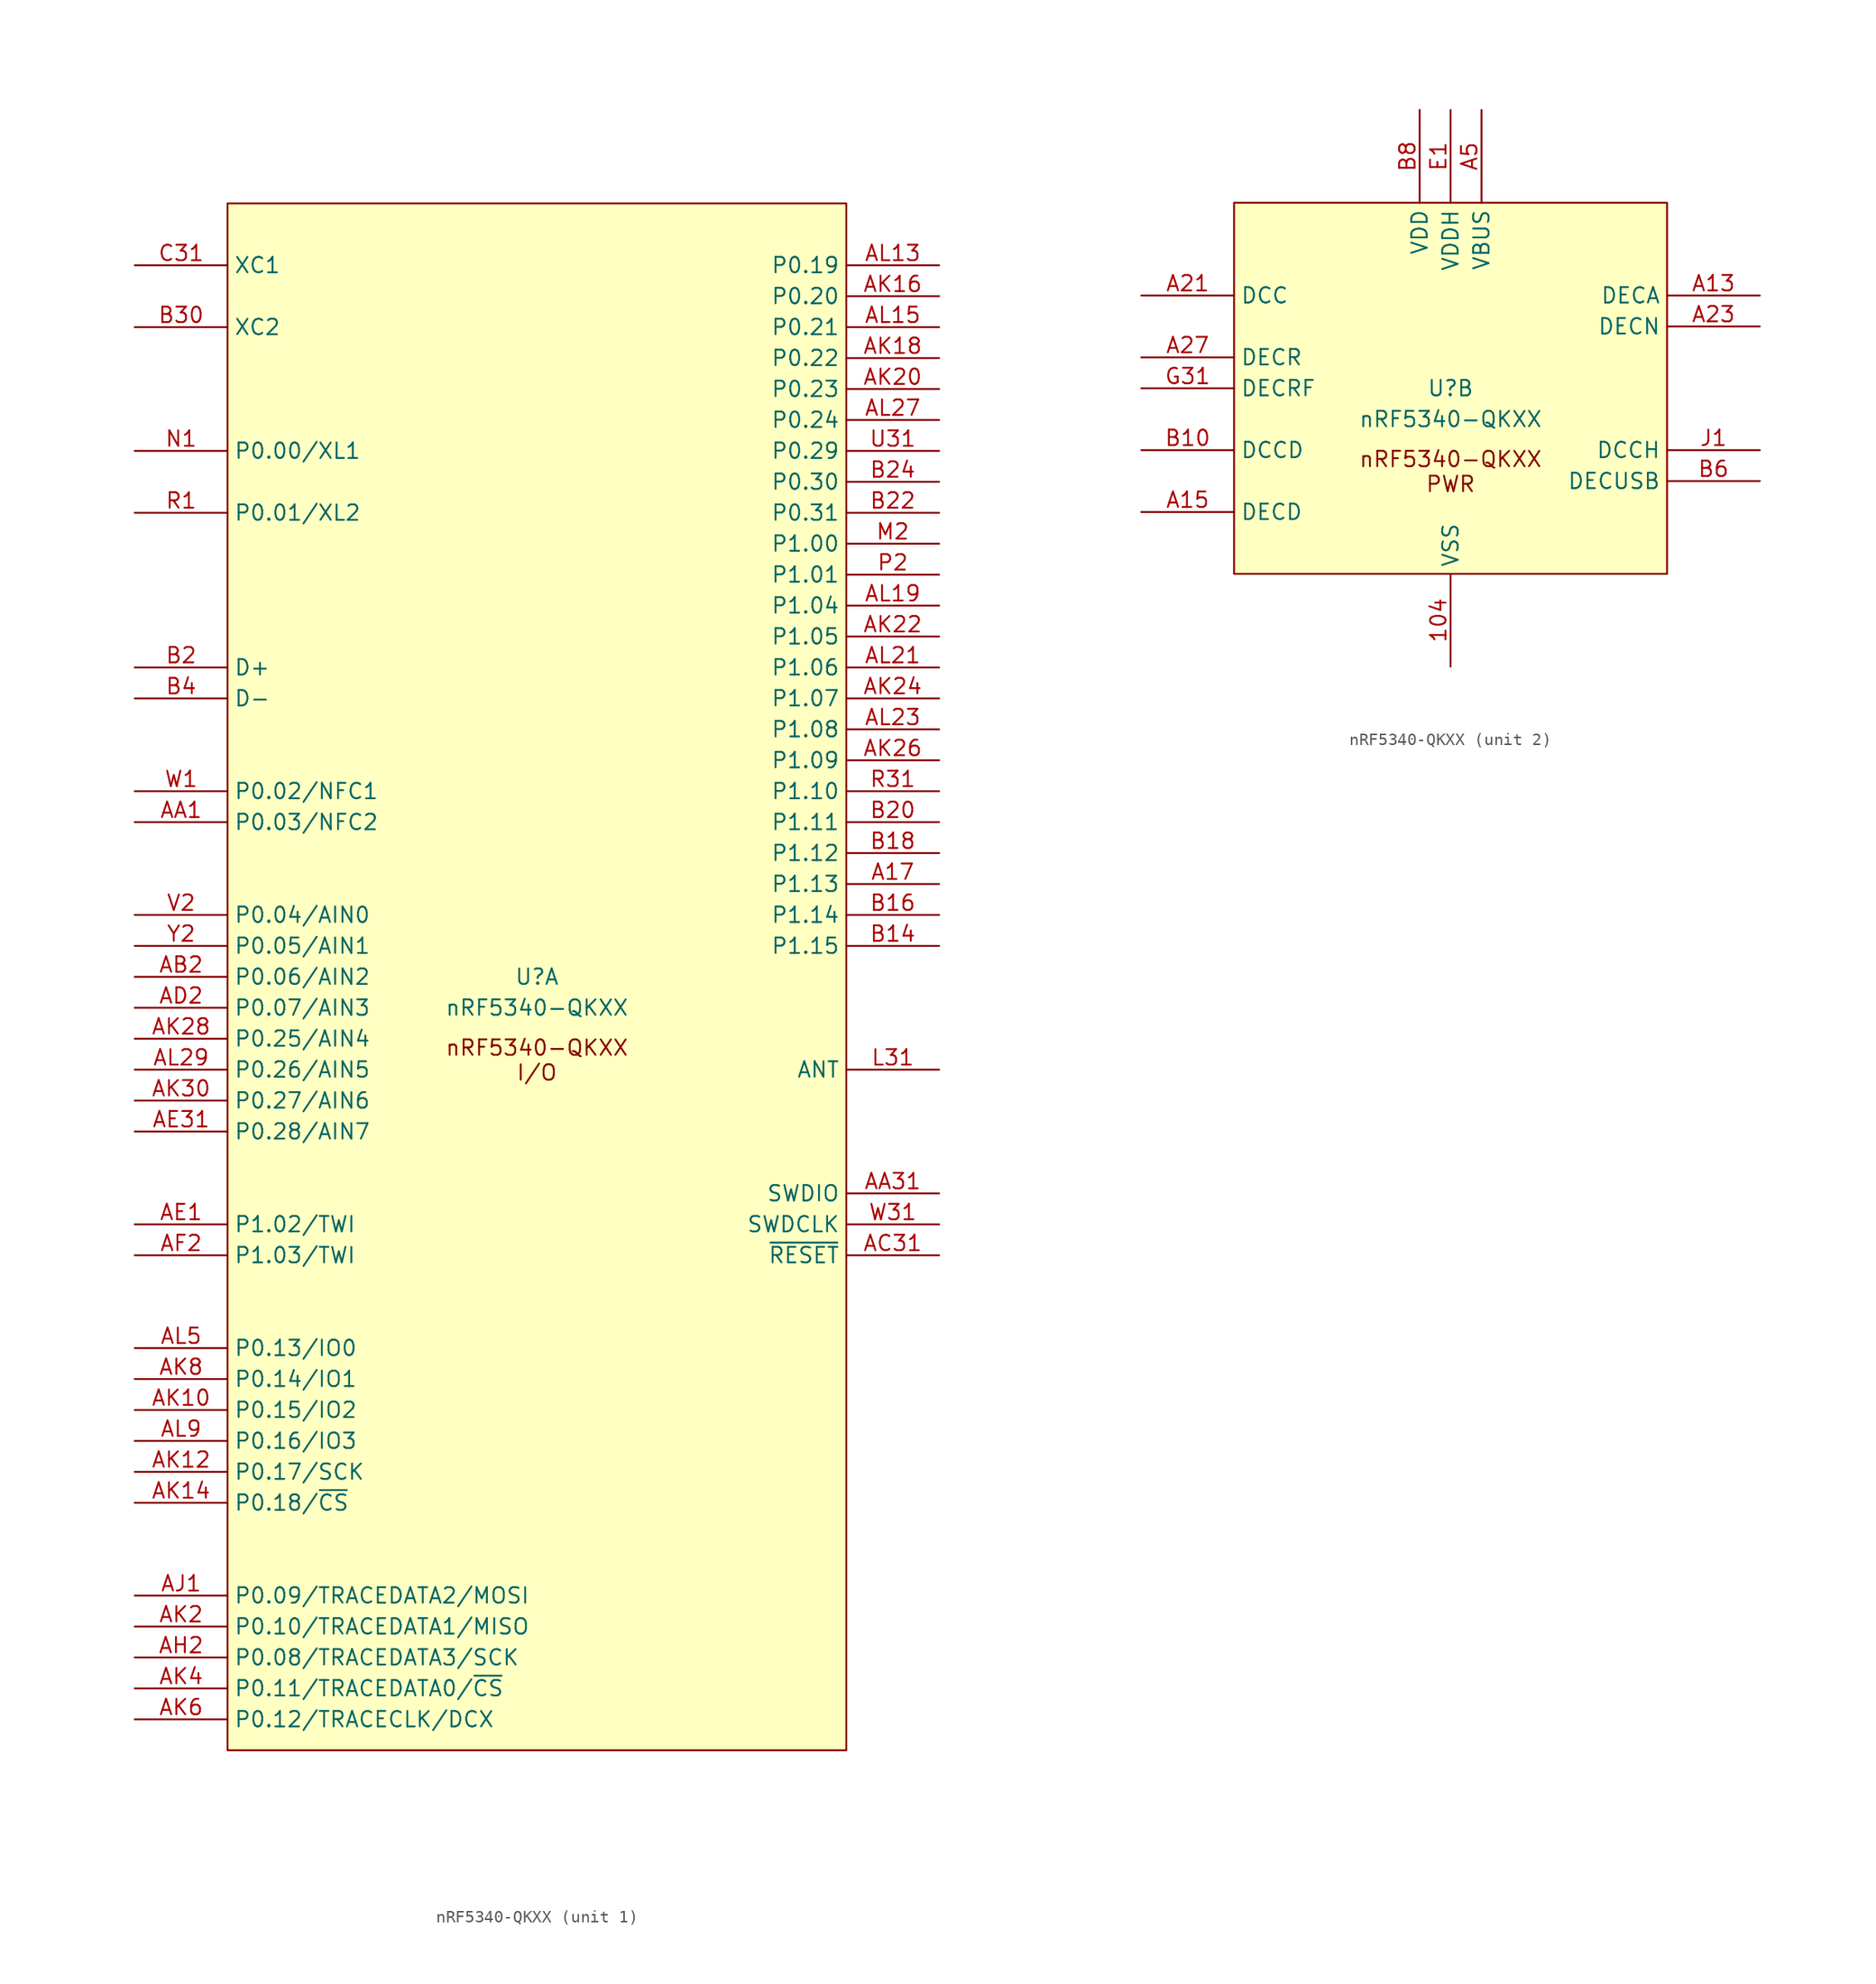
<source format=kicad_sym>
(kicad_symbol_lib
  (version 20231120)
  (generator "kicad_symbol_editor")
  (generator_version "8.0")
  (symbol "nRF5340-QKXX"
    (property "Reference" "U"
      (at 0 0 0)
      (do_not_autoplace)
      (effects (font (size 1.27 1.27))))
    (property "Value" "nRF5340-QKXX"
      (at 0 -2.54 0)
      (do_not_autoplace)
      (effects (font (size 1.27 1.27))))
    (property "ki_locked" ""
      (at 0 0 0)
      (effects (font (size 1.27 1.27))))
    (symbol "nRF5340-QKXX_1_0"
      (pin no_connect line (at -2.54 63.5 270) (length 7.62) hide (name "N.C." (effects (font (size 1.27 1.27)))) (number "A1" (effects (font (size 1.27 1.27)))))
      (pin bidirectional line (at 33.02 7.62 180) (length 7.62) (name "P1.13" (effects (font (size 1.27 1.27)))) (number "A17" (effects (font (size 1.27 1.27)))))
      (pin no_connect line (at 12.7 63.5 270) (length 7.62) hide (name "N.C." (effects (font (size 1.27 1.27)))) (number "A25" (effects (font (size 1.27 1.27)))))
      (pin no_connect line (at -5.08 63.5 270) (length 7.62) hide (name "N.C." (effects (font (size 1.27 1.27)))) (number "A31" (effects (font (size 1.27 1.27)))))
      (pin bidirectional line (at -33.02 12.7 0) (length 7.62) (name "P0.03/NFC2" (effects (font (size 1.27 1.27)))) (number "AA1" (effects (font (size 1.27 1.27)))))
      (pin bidirectional line (at 33.02 -17.78 180) (length 7.62) (name "SWDIO" (effects (font (size 1.27 1.27)))) (number "AA31" (effects (font (size 1.27 1.27)))))
      (pin bidirectional line (at -33.02 0 0) (length 7.62) (name "P0.06/AIN2" (effects (font (size 1.27 1.27)))) (number "AB2" (effects (font (size 1.27 1.27)))))
      (pin input line (at 33.02 -22.86 180) (length 7.62) (name "~{RESET}" (effects (font (size 1.27 1.27)))) (number "AC31" (effects (font (size 1.27 1.27)))))
      (pin bidirectional line (at -33.02 -2.54 0) (length 7.62) (name "P0.07/AIN3" (effects (font (size 1.27 1.27)))) (number "AD2" (effects (font (size 1.27 1.27)))))
      (pin bidirectional line (at -33.02 -20.32 0) (length 7.62) (name "P1.02/TWI" (effects (font (size 1.27 1.27)))) (number "AE1" (effects (font (size 1.27 1.27)))))
      (pin bidirectional line (at -33.02 -12.7 0) (length 7.62) (name "P0.28/AIN7" (effects (font (size 1.27 1.27)))) (number "AE31" (effects (font (size 1.27 1.27)))))
      (pin bidirectional line (at -33.02 -22.86 0) (length 7.62) (name "P1.03/TWI" (effects (font (size 1.27 1.27)))) (number "AF2" (effects (font (size 1.27 1.27)))))
      (pin no_connect line (at 0 63.5 270) (length 7.62) hide (name "N.C." (effects (font (size 1.27 1.27)))) (number "AG31" (effects (font (size 1.27 1.27)))))
      (pin bidirectional line (at -33.02 -55.88 0) (length 7.62) (name "P0.08/TRACEDATA3/SCK" (effects (font (size 1.27 1.27)))) (number "AH2" (effects (font (size 1.27 1.27)))))
      (pin bidirectional line (at -33.02 -50.8 0) (length 7.62) (name "P0.09/TRACEDATA2/MOSI" (effects (font (size 1.27 1.27)))) (number "AJ1" (effects (font (size 1.27 1.27)))))
      (pin bidirectional line (at -33.02 -35.56 0) (length 7.62) (name "P0.15/IO2" (effects (font (size 1.27 1.27)))) (number "AK10" (effects (font (size 1.27 1.27)))))
      (pin bidirectional line (at -33.02 -40.64 0) (length 7.62) (name "P0.17/SCK" (effects (font (size 1.27 1.27)))) (number "AK12" (effects (font (size 1.27 1.27)))))
      (pin bidirectional line (at -33.02 -43.18 0) (length 7.62) (name "P0.18/~{CS}" (effects (font (size 1.27 1.27)))) (number "AK14" (effects (font (size 1.27 1.27)))))
      (pin bidirectional line (at 33.02 55.88 180) (length 7.62) (name "P0.20" (effects (font (size 1.27 1.27)))) (number "AK16" (effects (font (size 1.27 1.27)))))
      (pin bidirectional line (at 33.02 50.8 180) (length 7.62) (name "P0.22" (effects (font (size 1.27 1.27)))) (number "AK18" (effects (font (size 1.27 1.27)))))
      (pin bidirectional line (at -33.02 -53.34 0) (length 7.62) (name "P0.10/TRACEDATA1/MISO" (effects (font (size 1.27 1.27)))) (number "AK2" (effects (font (size 1.27 1.27)))))
      (pin bidirectional line (at 33.02 48.26 180) (length 7.62) (name "P0.23" (effects (font (size 1.27 1.27)))) (number "AK20" (effects (font (size 1.27 1.27)))))
      (pin bidirectional line (at 33.02 27.94 180) (length 7.62) (name "P1.05" (effects (font (size 1.27 1.27)))) (number "AK22" (effects (font (size 1.27 1.27)))))
      (pin bidirectional line (at 33.02 22.86 180) (length 7.62) (name "P1.07" (effects (font (size 1.27 1.27)))) (number "AK24" (effects (font (size 1.27 1.27)))))
      (pin bidirectional line (at 33.02 17.78 180) (length 7.62) (name "P1.09" (effects (font (size 1.27 1.27)))) (number "AK26" (effects (font (size 1.27 1.27)))))
      (pin bidirectional line (at -33.02 -5.08 0) (length 7.62) (name "P0.25/AIN4" (effects (font (size 1.27 1.27)))) (number "AK28" (effects (font (size 1.27 1.27)))))
      (pin bidirectional line (at -33.02 -10.16 0) (length 7.62) (name "P0.27/AIN6" (effects (font (size 1.27 1.27)))) (number "AK30" (effects (font (size 1.27 1.27)))))
      (pin bidirectional line (at -33.02 -58.42 0) (length 7.62) (name "P0.11/TRACEDATA0/~{CS}" (effects (font (size 1.27 1.27)))) (number "AK4" (effects (font (size 1.27 1.27)))))
      (pin bidirectional line (at -33.02 -60.96 0) (length 7.62) (name "P0.12/TRACECLK/DCX" (effects (font (size 1.27 1.27)))) (number "AK6" (effects (font (size 1.27 1.27)))))
      (pin bidirectional line (at -33.02 -33.02 0) (length 7.62) (name "P0.14/IO1" (effects (font (size 1.27 1.27)))) (number "AK8" (effects (font (size 1.27 1.27)))))
      (pin no_connect line (at -7.62 63.5 270) (length 7.62) hide (name "N.C." (effects (font (size 1.27 1.27)))) (number "AL1" (effects (font (size 1.27 1.27)))))
      (pin bidirectional line (at 33.02 58.42 180) (length 7.62) (name "P0.19" (effects (font (size 1.27 1.27)))) (number "AL13" (effects (font (size 1.27 1.27)))))
      (pin bidirectional line (at 33.02 53.34 180) (length 7.62) (name "P0.21" (effects (font (size 1.27 1.27)))) (number "AL15" (effects (font (size 1.27 1.27)))))
      (pin bidirectional line (at 33.02 30.48 180) (length 7.62) (name "P1.04" (effects (font (size 1.27 1.27)))) (number "AL19" (effects (font (size 1.27 1.27)))))
      (pin bidirectional line (at 33.02 25.4 180) (length 7.62) (name "P1.06" (effects (font (size 1.27 1.27)))) (number "AL21" (effects (font (size 1.27 1.27)))))
      (pin bidirectional line (at 33.02 20.32 180) (length 7.62) (name "P1.08" (effects (font (size 1.27 1.27)))) (number "AL23" (effects (font (size 1.27 1.27)))))
      (pin bidirectional line (at 33.02 45.72 180) (length 7.62) (name "P0.24" (effects (font (size 1.27 1.27)))) (number "AL27" (effects (font (size 1.27 1.27)))))
      (pin bidirectional line (at -33.02 -7.62 0) (length 7.62) (name "P0.26/AIN5" (effects (font (size 1.27 1.27)))) (number "AL29" (effects (font (size 1.27 1.27)))))
      (pin no_connect line (at -10.16 63.5 270) (length 7.62) hide (name "N.C." (effects (font (size 1.27 1.27)))) (number "AL31" (effects (font (size 1.27 1.27)))))
      (pin bidirectional line (at -33.02 -30.48 0) (length 7.62) (name "P0.13/IO0" (effects (font (size 1.27 1.27)))) (number "AL5" (effects (font (size 1.27 1.27)))))
      (pin bidirectional line (at -33.02 -38.1 0) (length 7.62) (name "P0.16/IO3" (effects (font (size 1.27 1.27)))) (number "AL9" (effects (font (size 1.27 1.27)))))
      (pin no_connect line (at 10.16 63.5 270) (length 7.62) hide (name "N.C." (effects (font (size 1.27 1.27)))) (number "B12" (effects (font (size 1.27 1.27)))))
      (pin bidirectional line (at 33.02 2.54 180) (length 7.62) (name "P1.15" (effects (font (size 1.27 1.27)))) (number "B14" (effects (font (size 1.27 1.27)))))
      (pin bidirectional line (at 33.02 5.08 180) (length 7.62) (name "P1.14" (effects (font (size 1.27 1.27)))) (number "B16" (effects (font (size 1.27 1.27)))))
      (pin bidirectional line (at 33.02 10.16 180) (length 7.62) (name "P1.12" (effects (font (size 1.27 1.27)))) (number "B18" (effects (font (size 1.27 1.27)))))
      (pin bidirectional line (at -33.02 25.4 0) (length 7.62) (name "D+" (effects (font (size 1.27 1.27)))) (number "B2" (effects (font (size 1.27 1.27)))))
      (pin bidirectional line (at 33.02 12.7 180) (length 7.62) (name "P1.11" (effects (font (size 1.27 1.27)))) (number "B20" (effects (font (size 1.27 1.27)))))
      (pin bidirectional line (at 33.02 38.1 180) (length 7.62) (name "P0.31" (effects (font (size 1.27 1.27)))) (number "B22" (effects (font (size 1.27 1.27)))))
      (pin bidirectional line (at 33.02 40.64 180) (length 7.62) (name "P0.30" (effects (font (size 1.27 1.27)))) (number "B24" (effects (font (size 1.27 1.27)))))
      (pin no_connect line (at 7.62 63.5 270) (length 7.62) hide (name "N.C." (effects (font (size 1.27 1.27)))) (number "B26" (effects (font (size 1.27 1.27)))))
      (pin bidirectional line (at -33.02 53.34 0) (length 7.62) (name "XC2" (effects (font (size 1.27 1.27)))) (number "B30" (effects (font (size 1.27 1.27)))))
      (pin bidirectional line (at -33.02 22.86 0) (length 7.62) (name "D-" (effects (font (size 1.27 1.27)))) (number "B4" (effects (font (size 1.27 1.27)))))
      (pin bidirectional line (at -33.02 58.42 0) (length 7.62) (name "XC1" (effects (font (size 1.27 1.27)))) (number "C31" (effects (font (size 1.27 1.27)))))
      (pin no_connect line (at 5.08 63.5 270) (length 7.62) hide (name "N.C." (effects (font (size 1.27 1.27)))) (number "D2" (effects (font (size 1.27 1.27)))))
      (pin no_connect line (at -20.32 63.5 270) (length 7.62) hide (name "N.C." (effects (font (size 1.27 1.27)))) (number "F2" (effects (font (size 1.27 1.27)))))
      (pin no_connect line (at 15.24 63.5 270) (length 7.62) hide (name "N.C." (effects (font (size 1.27 1.27)))) (number "G1" (effects (font (size 1.27 1.27)))))
      (pin no_connect line (at -12.7 63.5 270) (length 7.62) hide (name "N.C." (effects (font (size 1.27 1.27)))) (number "H2" (effects (font (size 1.27 1.27)))))
      (pin no_connect line (at -15.24 63.5 270) (length 7.62) hide (name "N.C." (effects (font (size 1.27 1.27)))) (number "J31" (effects (font (size 1.27 1.27)))))
      (pin no_connect line (at -17.78 63.5 270) (length 7.62) hide (name "N.C." (effects (font (size 1.27 1.27)))) (number "K2" (effects (font (size 1.27 1.27)))))
      (pin bidirectional line (at 33.02 -7.62 180) (length 7.62) (name "ANT" (effects (font (size 1.27 1.27)))) (number "L31" (effects (font (size 1.27 1.27)))))
      (pin bidirectional line (at 33.02 35.56 180) (length 7.62) (name "P1.00" (effects (font (size 1.27 1.27)))) (number "M2" (effects (font (size 1.27 1.27)))))
      (pin bidirectional line (at -33.02 43.18 0) (length 7.62) (name "P0.00/XL1" (effects (font (size 1.27 1.27)))) (number "N1" (effects (font (size 1.27 1.27)))))
      (pin bidirectional line (at 33.02 33.02 180) (length 7.62) (name "P1.01" (effects (font (size 1.27 1.27)))) (number "P2" (effects (font (size 1.27 1.27)))))
      (pin bidirectional line (at -33.02 38.1 0) (length 7.62) (name "P0.01/XL2" (effects (font (size 1.27 1.27)))) (number "R1" (effects (font (size 1.27 1.27)))))
      (pin bidirectional line (at 33.02 15.24 180) (length 7.62) (name "P1.10" (effects (font (size 1.27 1.27)))) (number "R31" (effects (font (size 1.27 1.27)))))
      (pin no_connect line (at 2.54 63.5 270) (length 7.62) hide (name "N.C." (effects (font (size 1.27 1.27)))) (number "T2" (effects (font (size 1.27 1.27)))))
      (pin bidirectional line (at 33.02 43.18 180) (length 7.62) (name "P0.29" (effects (font (size 1.27 1.27)))) (number "U31" (effects (font (size 1.27 1.27)))))
      (pin bidirectional line (at -33.02 5.08 0) (length 7.62) (name "P0.04/AIN0" (effects (font (size 1.27 1.27)))) (number "V2" (effects (font (size 1.27 1.27)))))
      (pin bidirectional line (at -33.02 15.24 0) (length 7.62) (name "P0.02/NFC1" (effects (font (size 1.27 1.27)))) (number "W1" (effects (font (size 1.27 1.27)))))
      (pin input line (at 33.02 -20.32 180) (length 7.62) (name "SWDCLK" (effects (font (size 1.27 1.27)))) (number "W31" (effects (font (size 1.27 1.27)))))
      (pin bidirectional line (at -33.02 2.54 0) (length 7.62) (name "P0.05/AIN1" (effects (font (size 1.27 1.27)))) (number "Y2" (effects (font (size 1.27 1.27))))))
    (symbol "nRF5340-QKXX_1_1"
      (rectangle (start -25.4 63.5) (end 25.4 -63.5) (stroke (width 0) (type default)) (fill (type background)))
      (text "nRF5340-QKXX\nI/O" (at 0 -5.08 0) (effects (font (size 1.27 1.27)) (justify top))))
    (symbol "nRF5340-QKXX_2_0"
      (pin power_in line (at 0 -22.86 90) (length 7.62) (name "VSS" (effects (font (size 1.27 1.27)))) (number "104" (effects (font (size 1.27 1.27)))))
      (pin passive line (at 25.4 7.62 180) (length 7.62) (name "DECA" (effects (font (size 1.27 1.27)))) (number "A13" (effects (font (size 1.27 1.27)))))
      (pin passive line (at -25.4 -10.16 0) (length 7.62) (name "DECD" (effects (font (size 1.27 1.27)))) (number "A15" (effects (font (size 1.27 1.27)))))
      (pin passive line (at -2.54 22.86 270) (length 7.62) hide (name "VDD" (effects (font (size 1.27 1.27)))) (number "A19" (effects (font (size 1.27 1.27)))))
      (pin passive line (at -25.4 7.62 0) (length 7.62) (name "DCC" (effects (font (size 1.27 1.27)))) (number "A21" (effects (font (size 1.27 1.27)))))
      (pin passive line (at 25.4 5.08 180) (length 7.62) (name "DECN" (effects (font (size 1.27 1.27)))) (number "A23" (effects (font (size 1.27 1.27)))))
      (pin passive line (at -25.4 2.54 0) (length 7.62) (name "DECR" (effects (font (size 1.27 1.27)))) (number "A27" (effects (font (size 1.27 1.27)))))
      (pin power_in line (at 2.54 22.86 270) (length 7.62) (name "VBUS" (effects (font (size 1.27 1.27)))) (number "A5" (effects (font (size 1.27 1.27)))))
      (pin passive line (at -2.54 22.86 270) (length 7.62) hide (name "VDD" (effects (font (size 1.27 1.27)))) (number "AC1" (effects (font (size 1.27 1.27)))))
      (pin passive line (at -2.54 22.86 270) (length 7.62) hide (name "VDD" (effects (font (size 1.27 1.27)))) (number "AG1" (effects (font (size 1.27 1.27)))))
      (pin passive line (at -2.54 22.86 270) (length 7.62) hide (name "VDD" (effects (font (size 1.27 1.27)))) (number "AJ31" (effects (font (size 1.27 1.27)))))
      (pin passive line (at -2.54 22.86 270) (length 7.62) hide (name "VDD" (effects (font (size 1.27 1.27)))) (number "AL11" (effects (font (size 1.27 1.27)))))
      (pin passive line (at -2.54 22.86 270) (length 7.62) hide (name "VDD" (effects (font (size 1.27 1.27)))) (number "AL17" (effects (font (size 1.27 1.27)))))
      (pin passive line (at -2.54 22.86 270) (length 7.62) hide (name "VDD" (effects (font (size 1.27 1.27)))) (number "AL25" (effects (font (size 1.27 1.27)))))
      (pin passive line (at -2.54 22.86 270) (length 7.62) hide (name "VDD" (effects (font (size 1.27 1.27)))) (number "AL3" (effects (font (size 1.27 1.27)))))
      (pin passive line (at -2.54 22.86 270) (length 7.62) hide (name "VDD" (effects (font (size 1.27 1.27)))) (number "AL7" (effects (font (size 1.27 1.27)))))
      (pin passive line (at -25.4 -5.08 0) (length 7.62) (name "DCCD" (effects (font (size 1.27 1.27)))) (number "B10" (effects (font (size 1.27 1.27)))))
      (pin passive line (at -2.54 22.86 270) (length 7.62) hide (name "VDD" (effects (font (size 1.27 1.27)))) (number "B28" (effects (font (size 1.27 1.27)))))
      (pin passive line (at 25.4 -7.62 180) (length 7.62) (name "DECUSB" (effects (font (size 1.27 1.27)))) (number "B6" (effects (font (size 1.27 1.27)))))
      (pin power_in line (at -2.54 22.86 270) (length 7.62) (name "VDD" (effects (font (size 1.27 1.27)))) (number "B8" (effects (font (size 1.27 1.27)))))
      (pin passive line (at -2.54 22.86 270) (length 7.62) hide (name "VDD" (effects (font (size 1.27 1.27)))) (number "C1" (effects (font (size 1.27 1.27)))))
      (pin power_in line (at 0 22.86 270) (length 7.62) (name "VDDH" (effects (font (size 1.27 1.27)))) (number "E1" (effects (font (size 1.27 1.27)))))
      (pin passive line (at -2.54 22.86 270) (length 7.62) hide (name "VDD" (effects (font (size 1.27 1.27)))) (number "E31" (effects (font (size 1.27 1.27)))))
      (pin passive line (at -25.4 0 0) (length 7.62) (name "DECRF" (effects (font (size 1.27 1.27)))) (number "G31" (effects (font (size 1.27 1.27)))))
      (pin passive line (at 25.4 -5.08 180) (length 7.62) (name "DCCH" (effects (font (size 1.27 1.27)))) (number "J1" (effects (font (size 1.27 1.27)))))
      (pin passive line (at -2.54 22.86 270) (length 7.62) hide (name "VDD" (effects (font (size 1.27 1.27)))) (number "L1" (effects (font (size 1.27 1.27)))))
      (pin passive line (at -2.54 22.86 270) (length 7.62) hide (name "VDD" (effects (font (size 1.27 1.27)))) (number "N31" (effects (font (size 1.27 1.27)))))
      (pin passive line (at -2.54 22.86 270) (length 7.62) hide (name "VDD" (effects (font (size 1.27 1.27)))) (number "U1" (effects (font (size 1.27 1.27))))))
    (symbol "nRF5340-QKXX_2_1"
      (rectangle (start -17.78 15.24) (end 17.78 -15.24) (stroke (width 0) (type default)) (fill (type background)))
      (text "nRF5340-QKXX\nPWR" (at 0 -5.08 0) (effects (font (size 1.27 1.27)) (justify top))))))
</source>
